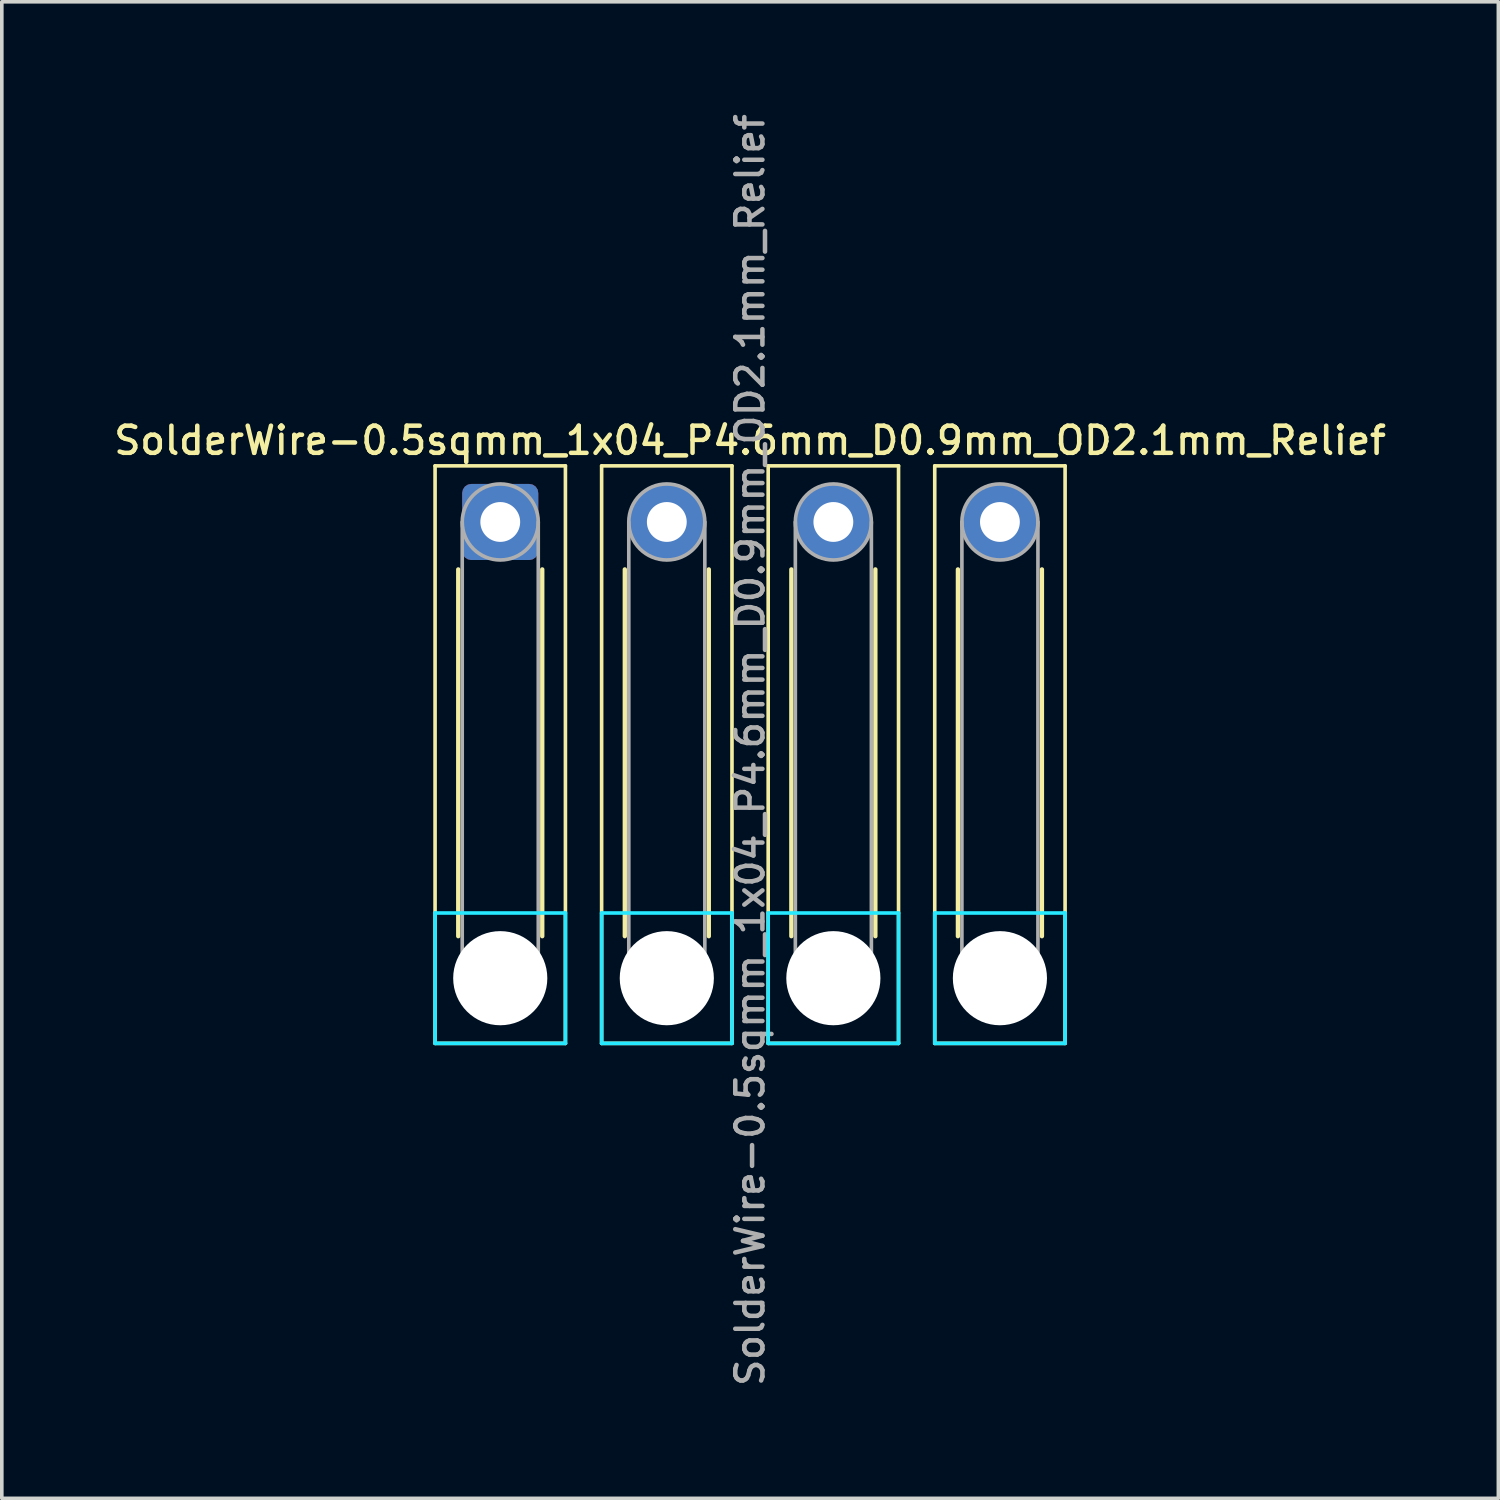
<source format=kicad_pcb>
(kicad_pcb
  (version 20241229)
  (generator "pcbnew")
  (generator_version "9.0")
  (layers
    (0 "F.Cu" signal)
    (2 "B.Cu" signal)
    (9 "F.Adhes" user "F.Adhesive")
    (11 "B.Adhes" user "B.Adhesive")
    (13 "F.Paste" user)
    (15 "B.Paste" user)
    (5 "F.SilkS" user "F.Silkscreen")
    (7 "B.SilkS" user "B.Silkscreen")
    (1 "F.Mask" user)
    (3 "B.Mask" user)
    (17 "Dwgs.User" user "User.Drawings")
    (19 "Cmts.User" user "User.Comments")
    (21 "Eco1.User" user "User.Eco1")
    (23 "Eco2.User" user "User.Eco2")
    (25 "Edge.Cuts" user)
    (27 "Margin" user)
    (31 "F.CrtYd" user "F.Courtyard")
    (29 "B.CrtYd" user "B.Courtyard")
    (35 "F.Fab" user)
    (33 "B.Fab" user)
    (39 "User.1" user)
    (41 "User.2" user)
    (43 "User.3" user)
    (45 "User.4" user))
  (footprint "SolderWire-0.5sqmm_1x04_P4.6mm_D0.9mm_OD2.1mm_Relief"
    (layer "F.Cu")
    (at 10.766 11.366)
    (property "Reference" "SolderWire-0.5sqmm_1x04_P4.6mm_D0.9mm_OD2.1mm_Relief" (at 6.9 -2.25 0) (layer "F.SilkS") (effects (font (size 0.75 0.75) (thickness 0.125))))
    (attr exclude_from_pos_files exclude_from_bom)
    (fp_line (start -1.8 -1.55) (end -1.8 14.4) (stroke (width 0.1) (type solid)) (layer "F.SilkS"))
    (fp_line (start -1.8 14.4) (end 1.8 14.4) (stroke (width 0.1) (type solid)) (layer "F.SilkS"))
    (fp_line (start -1.16 1.31) (end -1.16 11.44) (stroke (width 0.12) (type solid)) (layer "F.SilkS"))
    (fp_line (start 1.16 1.31) (end 1.16 11.44) (stroke (width 0.12) (type solid)) (layer "F.SilkS"))
    (fp_line (start 1.8 -1.55) (end -1.8 -1.55) (stroke (width 0.1) (type solid)) (layer "F.SilkS"))
    (fp_line (start 1.8 14.4) (end 1.8 -1.55) (stroke (width 0.1) (type solid)) (layer "F.SilkS"))
    (fp_line (start 2.8 -1.55) (end 2.8 14.4) (stroke (width 0.1) (type solid)) (layer "F.SilkS"))
    (fp_line (start 2.8 14.4) (end 6.4 14.4) (stroke (width 0.1) (type solid)) (layer "F.SilkS"))
    (fp_line (start 3.44 1.31) (end 3.44 11.44) (stroke (width 0.12) (type solid)) (layer "F.SilkS"))
    (fp_line (start 5.76 1.31) (end 5.76 11.44) (stroke (width 0.12) (type solid)) (layer "F.SilkS"))
    (fp_line (start 6.4 -1.55) (end 2.8 -1.55) (stroke (width 0.1) (type solid)) (layer "F.SilkS"))
    (fp_line (start 6.4 14.4) (end 6.4 -1.55) (stroke (width 0.1) (type solid)) (layer "F.SilkS"))
    (fp_line (start 7.4 -1.55) (end 7.4 14.4) (stroke (width 0.1) (type solid)) (layer "F.SilkS"))
    (fp_line (start 7.4 14.4) (end 11 14.4) (stroke (width 0.1) (type solid)) (layer "F.SilkS"))
    (fp_line (start 8.04 1.31) (end 8.04 11.44) (stroke (width 0.12) (type solid)) (layer "F.SilkS"))
    (fp_line (start 10.36 1.31) (end 10.36 11.44) (stroke (width 0.12) (type solid)) (layer "F.SilkS"))
    (fp_line (start 11 -1.55) (end 7.4 -1.55) (stroke (width 0.1) (type solid)) (layer "F.SilkS"))
    (fp_line (start 11 14.4) (end 11 -1.55) (stroke (width 0.1) (type solid)) (layer "F.SilkS"))
    (fp_line (start 12 -1.55) (end 12 14.4) (stroke (width 0.1) (type solid)) (layer "F.SilkS"))
    (fp_line (start 12 14.4) (end 15.6 14.4) (stroke (width 0.1) (type solid)) (layer "F.SilkS"))
    (fp_line (start 12.64 1.31) (end 12.64 11.44) (stroke (width 0.12) (type solid)) (layer "F.SilkS"))
    (fp_line (start 14.96 1.31) (end 14.96 11.44) (stroke (width 0.12) (type solid)) (layer "F.SilkS"))
    (fp_line (start 15.6 -1.55) (end 12 -1.55) (stroke (width 0.1) (type solid)) (layer "F.SilkS"))
    (fp_line (start 15.6 14.4) (end 15.6 -1.55) (stroke (width 0.1) (type solid)) (layer "F.SilkS"))
    (fp_line (start -1.8 10.8) (end -1.8 14.4) (stroke (width 0.1) (type solid)) (layer "B.CrtYd"))
    (fp_line (start -1.8 14.4) (end 1.8 14.4) (stroke (width 0.1) (type solid)) (layer "B.CrtYd"))
    (fp_line (start 1.8 10.8) (end -1.8 10.8) (stroke (width 0.1) (type solid)) (layer "B.CrtYd"))
    (fp_line (start 1.8 14.4) (end 1.8 10.8) (stroke (width 0.1) (type solid)) (layer "B.CrtYd"))
    (fp_line (start 2.8 10.8) (end 2.8 14.4) (stroke (width 0.1) (type solid)) (layer "B.CrtYd"))
    (fp_line (start 2.8 14.4) (end 6.4 14.4) (stroke (width 0.1) (type solid)) (layer "B.CrtYd"))
    (fp_line (start 6.4 10.8) (end 2.8 10.8) (stroke (width 0.1) (type solid)) (layer "B.CrtYd"))
    (fp_line (start 6.4 14.4) (end 6.4 10.8) (stroke (width 0.1) (type solid)) (layer "B.CrtYd"))
    (fp_line (start 7.4 10.8) (end 7.4 14.4) (stroke (width 0.1) (type solid)) (layer "B.CrtYd"))
    (fp_line (start 7.4 14.4) (end 11 14.4) (stroke (width 0.1) (type solid)) (layer "B.CrtYd"))
    (fp_line (start 11 10.8) (end 7.4 10.8) (stroke (width 0.1) (type solid)) (layer "B.CrtYd"))
    (fp_line (start 11 14.4) (end 11 10.8) (stroke (width 0.1) (type solid)) (layer "B.CrtYd"))
    (fp_line (start 12 10.8) (end 12 14.4) (stroke (width 0.1) (type solid)) (layer "B.CrtYd"))
    (fp_line (start 12 14.4) (end 15.6 14.4) (stroke (width 0.1) (type solid)) (layer "B.CrtYd"))
    (fp_line (start 15.6 10.8) (end 12 10.8) (stroke (width 0.1) (type solid)) (layer "B.CrtYd"))
    (fp_line (start 15.6 14.4) (end 15.6 10.8) (stroke (width 0.1) (type solid)) (layer "B.CrtYd"))
    (fp_line (start -1.05 0) (end -1.05 12.6) (stroke (width 0.1) (type solid)) (layer "F.Fab"))
    (fp_line (start 1.05 0) (end 1.05 12.6) (stroke (width 0.1) (type solid)) (layer "F.Fab"))
    (fp_line (start 3.55 0) (end 3.55 12.6) (stroke (width 0.1) (type solid)) (layer "F.Fab"))
    (fp_line (start 5.65 0) (end 5.65 12.6) (stroke (width 0.1) (type solid)) (layer "F.Fab"))
    (fp_line (start 8.15 0) (end 8.15 12.6) (stroke (width 0.1) (type solid)) (layer "F.Fab"))
    (fp_line (start 10.25 0) (end 10.25 12.6) (stroke (width 0.1) (type solid)) (layer "F.Fab"))
    (fp_line (start 12.75 0) (end 12.75 12.6) (stroke (width 0.1) (type solid)) (layer "F.Fab"))
    (fp_line (start 14.85 0) (end 14.85 12.6) (stroke (width 0.1) (type solid)) (layer "F.Fab"))
    (fp_circle (center 0 0) (end 1.05 0) (stroke (width 0.1) (type solid)) (fill no) (layer "F.Fab"))
    (fp_circle (center 0 12.6) (end 1.05 12.6) (stroke (width 0.1) (type solid)) (fill no) (layer "F.Fab"))
    (fp_circle (center 4.6 0) (end 5.65 0) (stroke (width 0.1) (type solid)) (fill no) (layer "F.Fab"))
    (fp_circle (center 4.6 12.6) (end 5.65 12.6) (stroke (width 0.1) (type solid)) (fill no) (layer "F.Fab"))
    (fp_circle (center 9.2 0) (end 10.25 0) (stroke (width 0.1) (type solid)) (fill no) (layer "F.Fab"))
    (fp_circle (center 9.2 12.6) (end 10.25 12.6) (stroke (width 0.1) (type solid)) (fill no) (layer "F.Fab"))
    (fp_circle (center 13.8 0) (end 14.85 0) (stroke (width 0.1) (type solid)) (fill no) (layer "F.Fab"))
    (fp_circle (center 13.8 12.6) (end 14.85 12.6) (stroke (width 0.1) (type solid)) (fill no) (layer "F.Fab"))
    (fp_text user "${REFERENCE}" (at 6.9 6.3 90) (layer "F.Fab") (effects (font (size 0.75 0.75) (thickness 0.125))))
    (pad "" np_thru_hole circle (at 0 12.6) (size 2.6 2.6) (drill 2.6) (layers "*.Cu" "*.Mask"))
    (pad "" np_thru_hole circle (at 4.6 12.6) (size 2.6 2.6) (drill 2.6) (layers "*.Cu" "*.Mask"))
    (pad "" np_thru_hole circle (at 9.2 12.6) (size 2.6 2.6) (drill 2.6) (layers "*.Cu" "*.Mask"))
    (pad "" np_thru_hole circle (at 13.8 12.6) (size 2.6 2.6) (drill 2.6) (layers "*.Cu" "*.Mask"))
    (pad "1" thru_hole roundrect (at 0 0) (size 2.1 2.1) (drill 1.1) (layers "*.Cu" "*.Mask") (roundrect_rratio 0.119))
    (pad "2" thru_hole circle (at 4.6 0) (size 2.1 2.1) (drill 1.1) (layers "*.Cu" "*.Mask"))
    (pad "3" thru_hole circle (at 9.2 0) (size 2.1 2.1) (drill 1.1) (layers "*.Cu" "*.Mask"))
    (pad "4" thru_hole circle (at 13.8 0) (size 2.1 2.1) (drill 1.1) (layers "*.Cu" "*.Mask")))
  (gr_rect
    (start -3 -3)
    (end 38.332 38.332)
    (stroke (width 0.1) (type default))
    (fill no)
    (layer "Edge.Cuts")))
</source>
